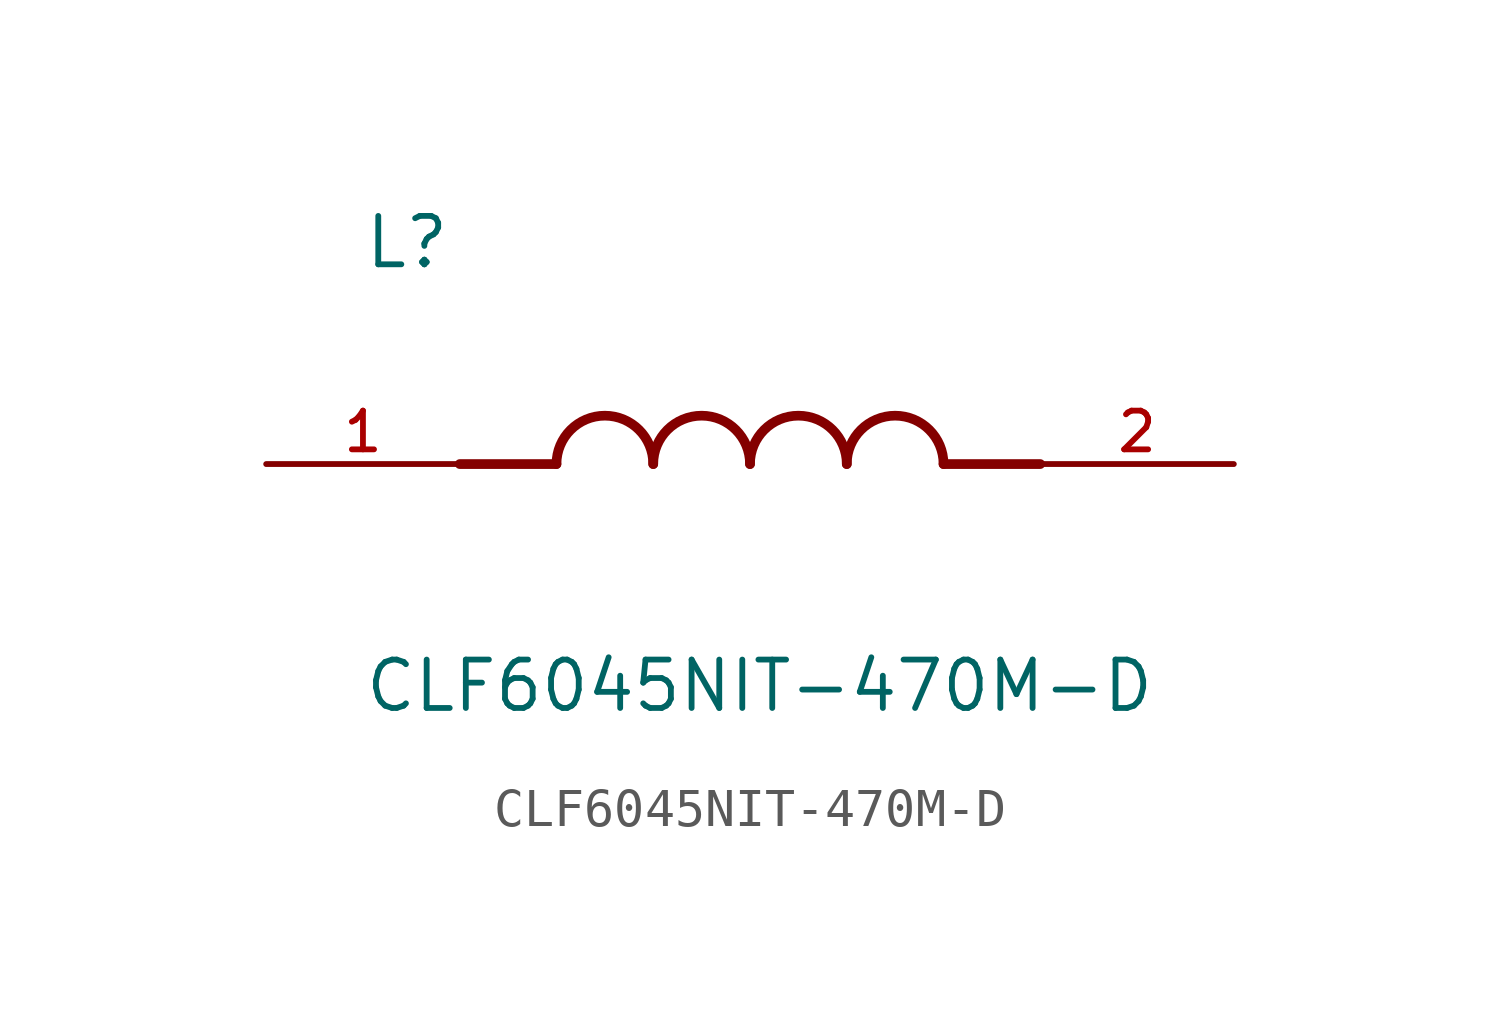
<source format=kicad_sym>
(kicad_symbol_lib
  (version 20211014)
  (generator kicad_symbol_editor)
  (symbol "CLF6045NIT-470M-D"
    (pin_names
      (offset 1.016))
    (property "Reference" "L"
      (at -10.16 5.08 0)
      (effects (font (size 1.27 1.27)) (justify bottom left)))
    (property "Value" "CLF6045NIT-470M-D"
      (at -10.16 -5.08 0)
      (effects (font (size 1.27 1.27)) (justify top left)))
    (symbol "CLF6045NIT-470M-D_0_0"
      (polyline (pts (xy -5.08 0.0) (xy -7.62 0.0)) (stroke (width 0.254)))
      (polyline (pts (xy 5.08 0.0) (xy 7.62 0.0)) (stroke (width 0.254)))
      (arc (start -2.54 0.0) (mid -3.81 1.27) (end -5.08 0.0) (stroke (width 0.254) (type default) (color 0 0 0 0)) (fill (type none)))
      (arc (start 0.0 0.0) (mid -1.27 1.27) (end -2.54 0.0) (stroke (width 0.254) (type default) (color 0 0 0 0)) (fill (type none)))
      (arc (start 2.54 0.0) (mid 1.27 1.27) (end 0.0 0.0) (stroke (width 0.254) (type default) (color 0 0 0 0)) (fill (type none)))
      (arc (start 5.08 0.0) (mid 3.81 1.27) (end 2.54 0.0) (stroke (width 0.254) (type default) (color 0 0 0 0)) (fill (type none)))
      (pin passive line (at -12.7 0.0 0) (length 5.08) (name "~" (effects (font (size 1.016 1.016)))) (number "1" (effects (font (size 1.016 1.016)))))
      (pin passive line (at 12.7 0.0 180.0) (length 5.08) (name "~" (effects (font (size 1.016 1.016)))) (number "2" (effects (font (size 1.016 1.016))))))))
</source>
